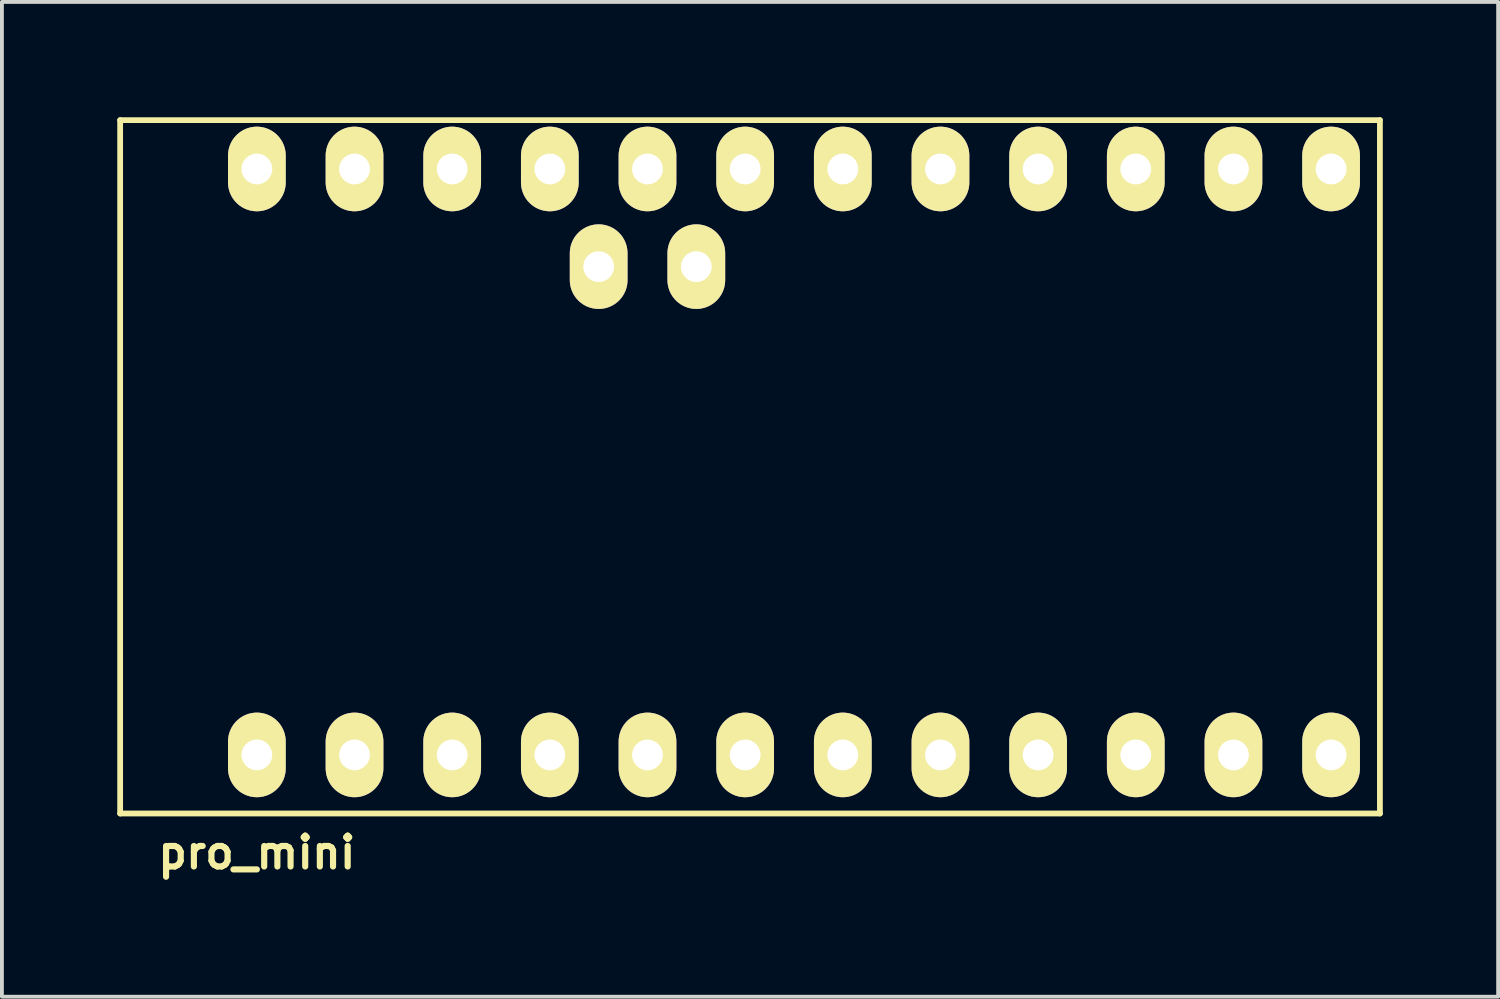
<source format=kicad_pcb>
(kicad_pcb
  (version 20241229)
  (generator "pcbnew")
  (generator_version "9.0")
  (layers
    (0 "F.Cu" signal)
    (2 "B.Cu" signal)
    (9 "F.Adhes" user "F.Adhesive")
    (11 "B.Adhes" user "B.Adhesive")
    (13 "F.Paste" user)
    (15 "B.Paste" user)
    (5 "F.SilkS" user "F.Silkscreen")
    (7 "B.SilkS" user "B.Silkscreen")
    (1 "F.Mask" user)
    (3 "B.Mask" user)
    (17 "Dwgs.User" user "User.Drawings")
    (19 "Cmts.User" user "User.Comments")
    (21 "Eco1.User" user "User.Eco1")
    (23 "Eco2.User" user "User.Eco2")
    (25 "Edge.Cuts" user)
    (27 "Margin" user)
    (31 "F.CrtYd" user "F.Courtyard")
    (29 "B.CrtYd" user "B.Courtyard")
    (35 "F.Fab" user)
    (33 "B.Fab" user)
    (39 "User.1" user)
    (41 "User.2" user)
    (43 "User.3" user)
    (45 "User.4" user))
  (footprint "pro_mini"
    (layer "F.Cu")
    (at 17.601 8.965)
    (property "Reference" "pro_mini" (at -13.97 10.16 0) (layer "F.SilkS") (effects (font (size 0.8 0.8) (thickness 0.16))))
    (attr through_hole)
    (fp_line (start -17.526 -8.89) (end -17.526 9.144) (stroke (width 0.15) (type solid)) (layer "F.SilkS"))
    (fp_line (start -17.526 -8.89) (end 15.24 -8.89) (stroke (width 0.15) (type solid)) (layer "F.SilkS"))
    (fp_line (start 15.24 9.144) (end -17.526 9.144) (stroke (width 0.15) (type solid)) (layer "F.SilkS"))
    (fp_line (start 15.24 9.144) (end 15.24 -8.89) (stroke (width 0.15) (type solid)) (layer "F.SilkS"))
    (pad "1" thru_hole oval (at -13.97 7.62) (size 1.501 2.2) (drill 0.8) (layers "*.Cu" "*.Mask" "F.SilkS"))
    (pad "2" thru_hole oval (at -11.43 7.62) (size 1.501 2.2) (drill 0.8) (layers "*.Cu" "*.Mask" "F.SilkS"))
    (pad "3" thru_hole oval (at -8.89 7.62) (size 1.501 2.2) (drill 0.8) (layers "*.Cu" "*.Mask" "F.SilkS"))
    (pad "4" thru_hole oval (at -6.35 7.62) (size 1.501 2.2) (drill 0.8) (layers "*.Cu" "*.Mask" "F.SilkS"))
    (pad "5" thru_hole oval (at -3.81 7.62) (size 1.501 2.2) (drill 0.8) (layers "*.Cu" "*.Mask" "F.SilkS"))
    (pad "6" thru_hole oval (at -1.27 7.62) (size 1.501 2.2) (drill 0.8) (layers "*.Cu" "*.Mask" "F.SilkS"))
    (pad "7" thru_hole oval (at 1.27 7.62) (size 1.501 2.2) (drill 0.8) (layers "*.Cu" "*.Mask" "F.SilkS"))
    (pad "8" thru_hole oval (at 3.81 7.62) (size 1.501 2.2) (drill 0.8) (layers "*.Cu" "*.Mask" "F.SilkS"))
    (pad "9" thru_hole oval (at 6.35 7.62) (size 1.501 2.2) (drill 0.8) (layers "*.Cu" "*.Mask" "F.SilkS"))
    (pad "10" thru_hole oval (at 8.89 7.62) (size 1.501 2.2) (drill 0.8) (layers "*.Cu" "*.Mask" "F.SilkS"))
    (pad "11" thru_hole oval (at 11.43 7.62) (size 1.501 2.2) (drill 0.8) (layers "*.Cu" "*.Mask" "F.SilkS"))
    (pad "12" thru_hole oval (at 13.97 7.62) (size 1.501 2.2) (drill 0.8) (layers "*.Cu" "*.Mask" "F.SilkS"))
    (pad "13" thru_hole oval (at 13.97 -7.62) (size 1.501 2.2) (drill 0.8) (layers "*.Cu" "*.Mask" "F.SilkS"))
    (pad "14" thru_hole oval (at 11.43 -7.62) (size 1.501 2.2) (drill 0.8) (layers "*.Cu" "*.Mask" "F.SilkS"))
    (pad "15" thru_hole oval (at 8.89 -7.62) (size 1.501 2.2) (drill 0.8) (layers "*.Cu" "*.Mask" "F.SilkS"))
    (pad "16" thru_hole oval (at 6.35 -7.62) (size 1.501 2.2) (drill 0.8) (layers "*.Cu" "*.Mask" "F.SilkS"))
    (pad "17" thru_hole oval (at 3.81 -7.62) (size 1.501 2.2) (drill 0.8) (layers "*.Cu" "*.Mask" "F.SilkS"))
    (pad "18" thru_hole oval (at 1.27 -7.62) (size 1.501 2.2) (drill 0.8) (layers "*.Cu" "*.Mask" "F.SilkS"))
    (pad "19" thru_hole oval (at -1.27 -7.62) (size 1.501 2.2) (drill 0.8) (layers "*.Cu" "*.Mask" "F.SilkS"))
    (pad "20" thru_hole oval (at -3.81 -7.62) (size 1.501 2.2) (drill 0.8) (layers "*.Cu" "*.Mask" "F.SilkS"))
    (pad "21" thru_hole oval (at -6.35 -7.62) (size 1.501 2.2) (drill 0.8) (layers "*.Cu" "*.Mask" "F.SilkS"))
    (pad "22" thru_hole oval (at -8.89 -7.62) (size 1.501 2.2) (drill 0.8) (layers "*.Cu" "*.Mask" "F.SilkS"))
    (pad "23" thru_hole oval (at -11.43 -7.62) (size 1.501 2.2) (drill 0.8) (layers "*.Cu" "*.Mask" "F.SilkS"))
    (pad "24" thru_hole oval (at -13.97 -7.62) (size 1.501 2.2) (drill 0.8) (layers "*.Cu" "*.Mask" "F.SilkS"))
    (pad "25" thru_hole oval (at -2.54 -5.08) (size 1.501 2.2) (drill 0.8) (layers "*.Cu" "*.Mask" "F.SilkS"))
    (pad "26" thru_hole oval (at -5.08 -5.08) (size 1.501 2.2) (drill 0.8) (layers "*.Cu" "*.Mask" "F.SilkS")))
  (gr_rect
    (start -3 -3)
    (end 35.916 22.874)
    (stroke (width 0.1) (type default))
    (fill no)
    (layer "Edge.Cuts")))
</source>
